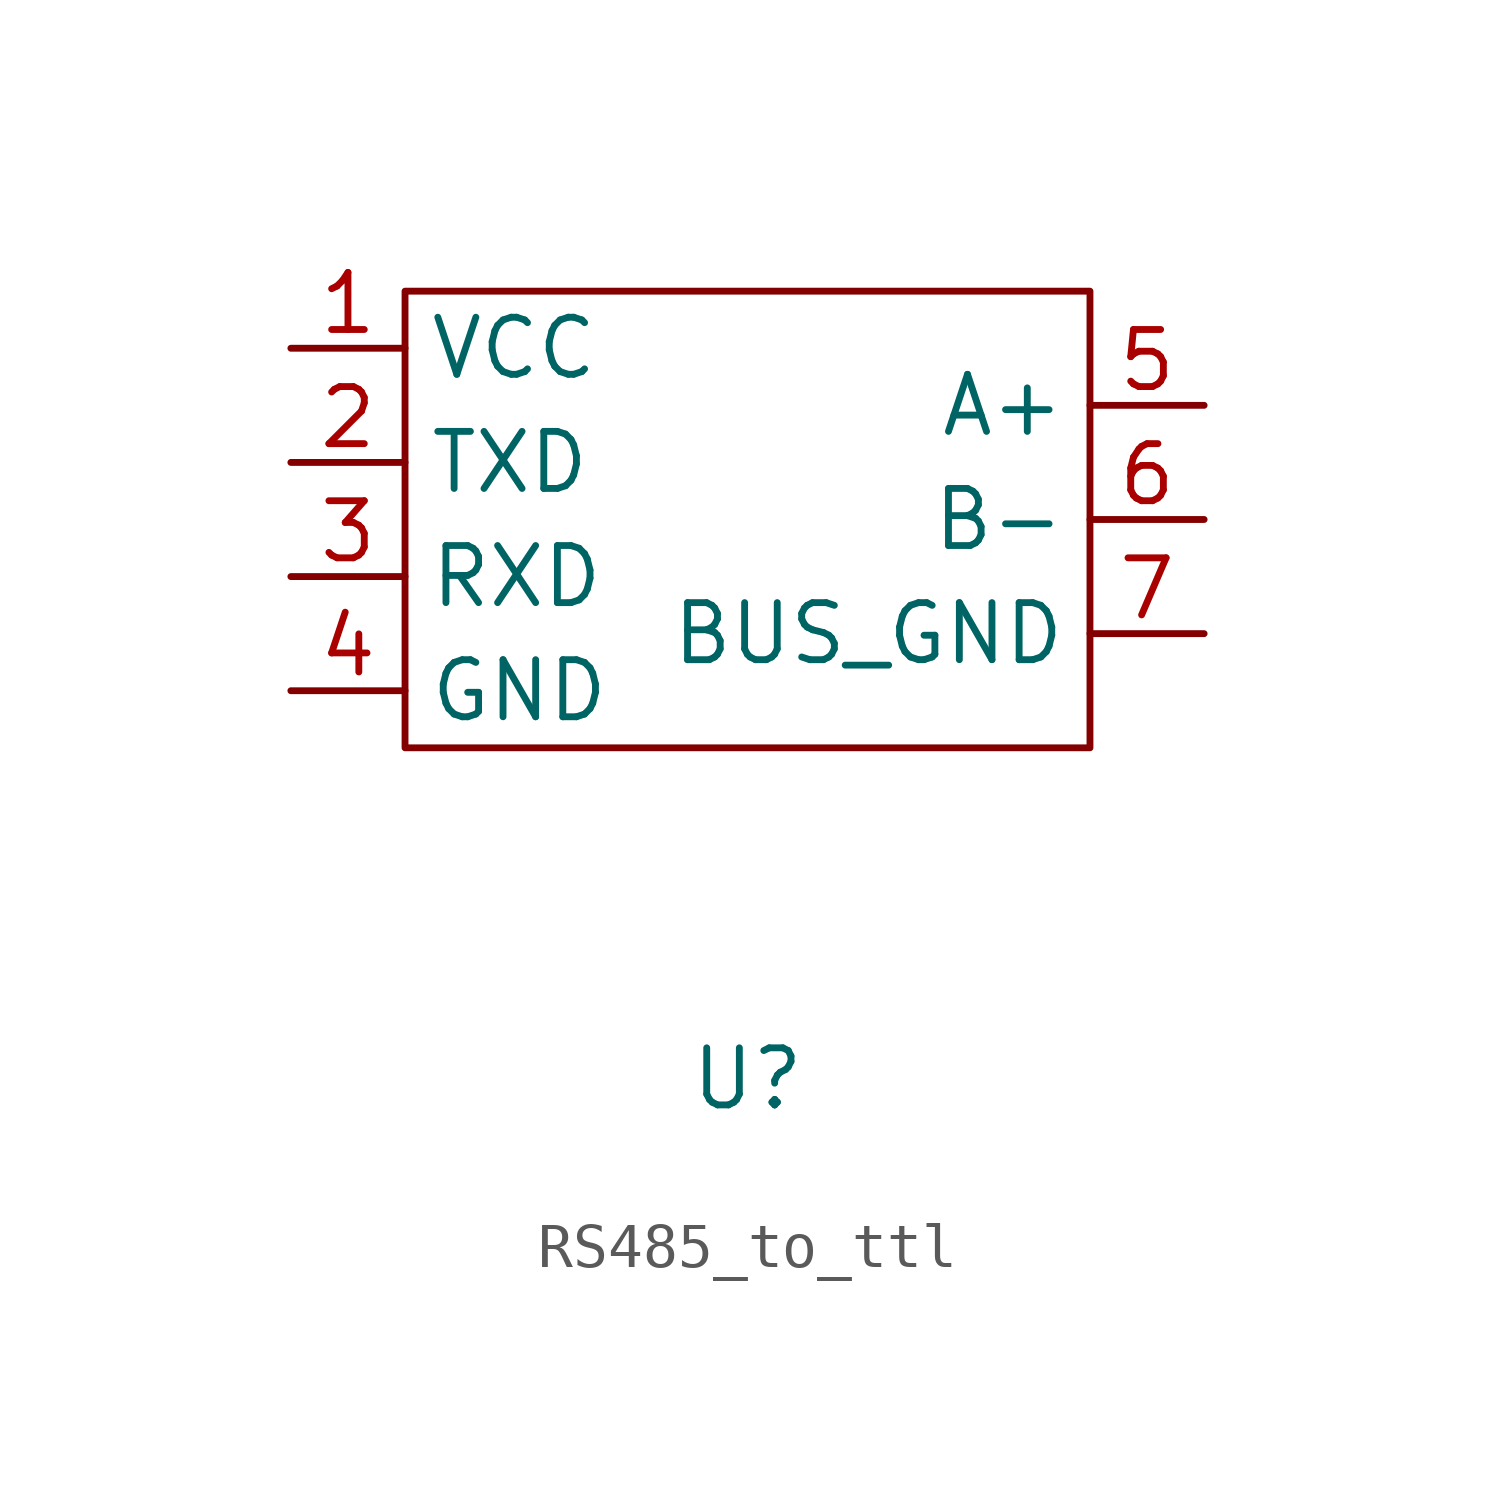
<source format=kicad_sym>
(kicad_symbol_lib
  (version 20241209)
  (generator "kicad_symbol_editor")
  (generator_version "9.0")
  (symbol "RS485_to_ttl"
    (property "Reference" "U"
      (at 0 -12.446 0)
      (effects (font (size 1.27 1.27))))
    (property "Value" ""
      (at 0 0 0)
      (effects (font (size 1.27 1.27))))
    (symbol "RS485_to_ttl_0_1"
      (rectangle (start -7.62 5.08) (end 7.62 -5.08) (stroke (width 0) (type default)) (fill (type none))))
    (symbol "RS485_to_ttl_1_1"
      (pin power_in line (at -10.16 3.81 0) (length 2.54) (name "VCC" (effects (font (size 1.27 1.27)))) (number "1" (effects (font (size 1.27 1.27)))))
      (pin input line (at -10.16 1.27 0) (length 2.54) (name "TXD" (effects (font (size 1.27 1.27)))) (number "2" (effects (font (size 1.27 1.27)))))
      (pin output line (at -10.16 -1.27 0) (length 2.54) (name "RXD" (effects (font (size 1.27 1.27)))) (number "3" (effects (font (size 1.27 1.27)))))
      (pin power_in line (at -10.16 -3.81 0) (length 2.54) (name "GND" (effects (font (size 1.27 1.27)))) (number "4" (effects (font (size 1.27 1.27)))))
      (pin bidirectional line (at 10.16 2.54 180) (length 2.54) (name "A+" (effects (font (size 1.27 1.27)))) (number "5" (effects (font (size 1.27 1.27)))))
      (pin bidirectional line (at 10.16 0 180) (length 2.54) (name "B-" (effects (font (size 1.27 1.27)))) (number "6" (effects (font (size 1.27 1.27)))))
      (pin power_in line (at 10.16 -2.54 180) (length 2.54) (name "BUS_GND" (effects (font (size 1.27 1.27)))) (number "7" (effects (font (size 1.27 1.27))))))))
</source>
